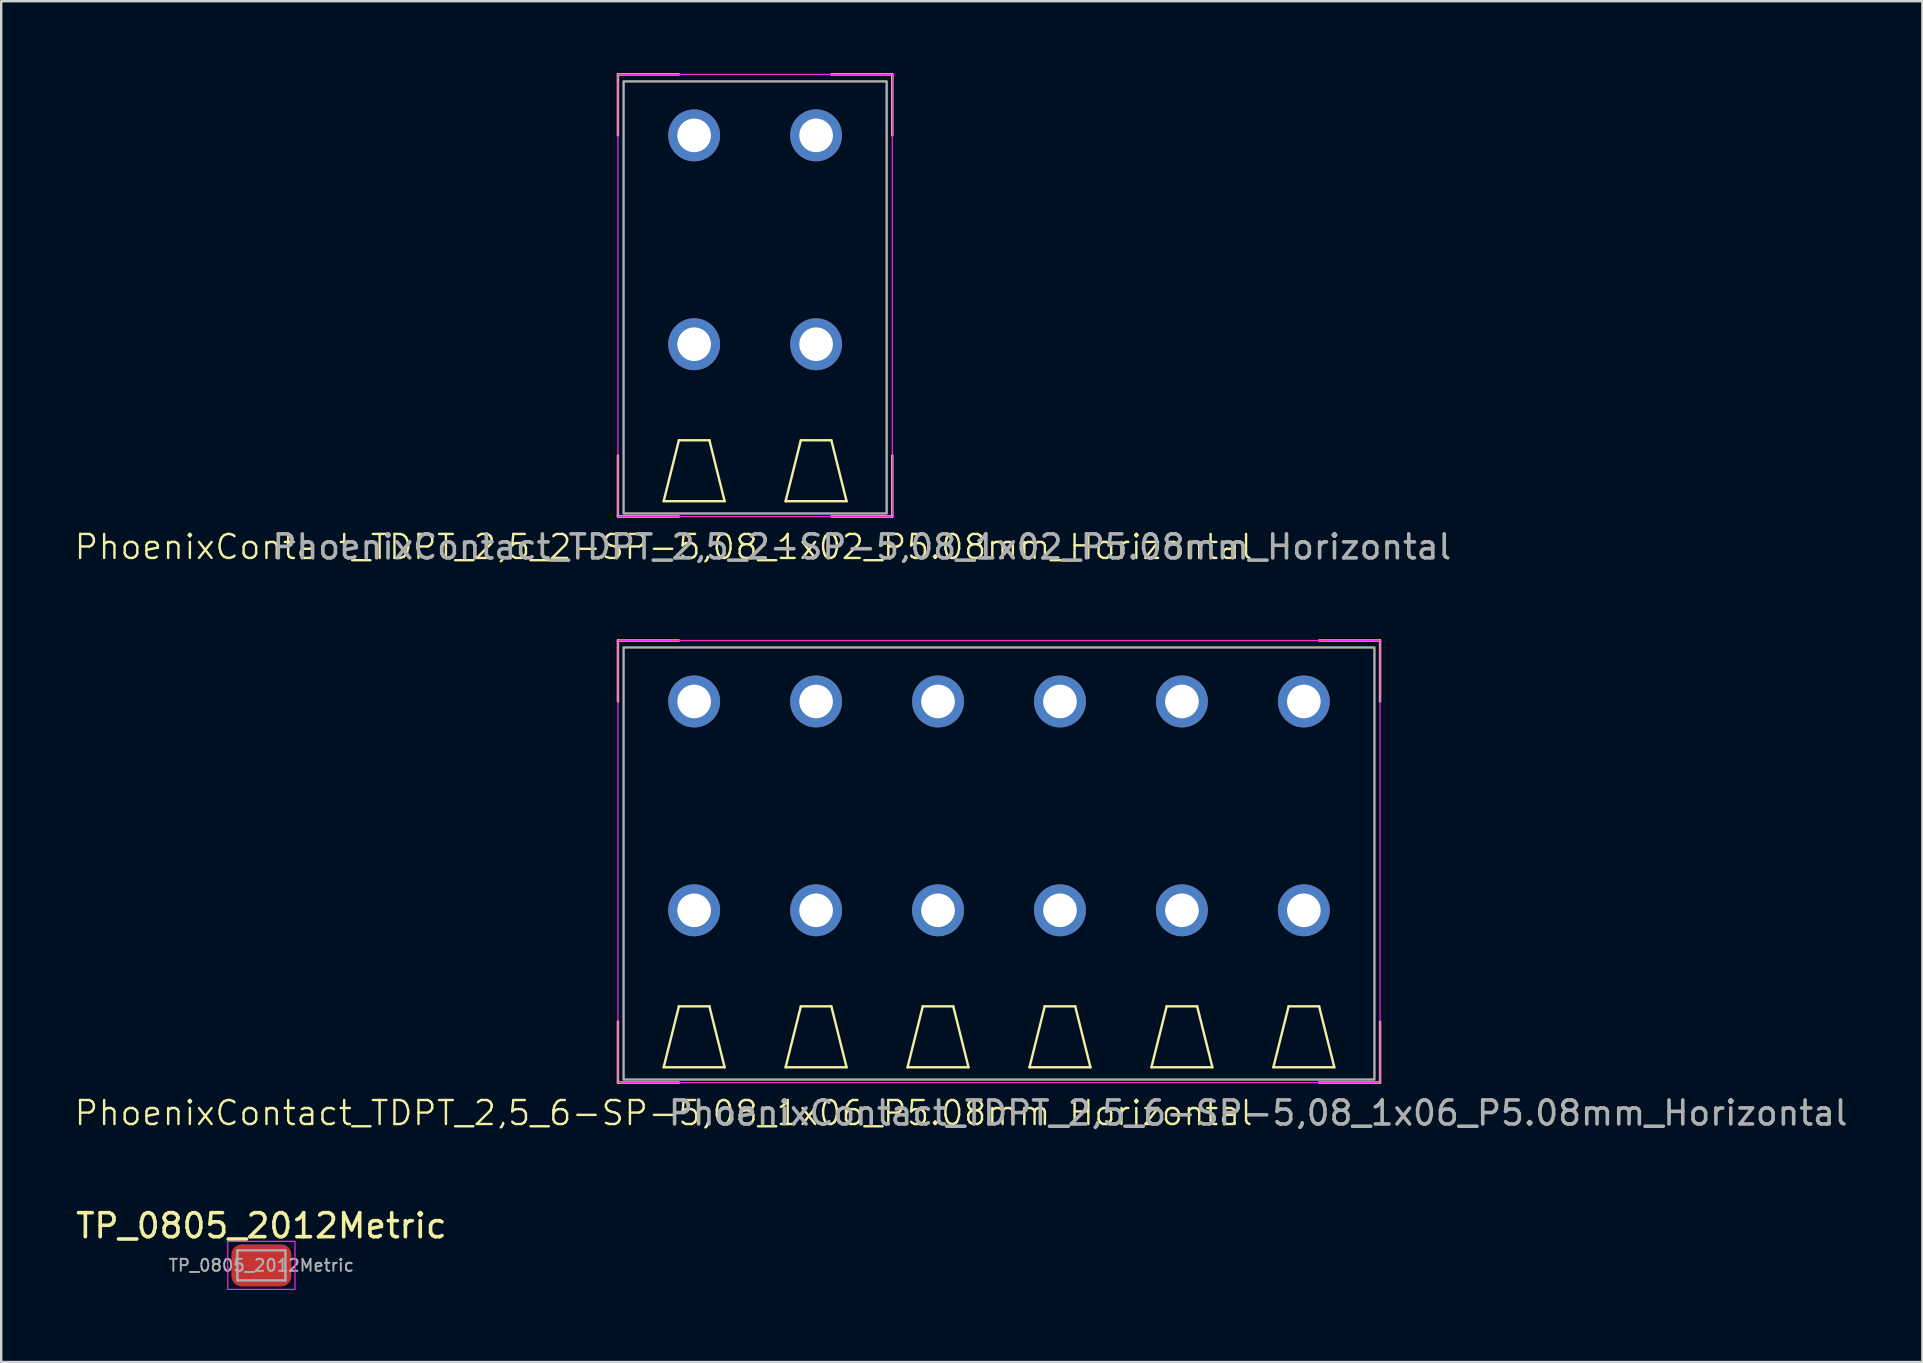
<source format=kicad_pcb>
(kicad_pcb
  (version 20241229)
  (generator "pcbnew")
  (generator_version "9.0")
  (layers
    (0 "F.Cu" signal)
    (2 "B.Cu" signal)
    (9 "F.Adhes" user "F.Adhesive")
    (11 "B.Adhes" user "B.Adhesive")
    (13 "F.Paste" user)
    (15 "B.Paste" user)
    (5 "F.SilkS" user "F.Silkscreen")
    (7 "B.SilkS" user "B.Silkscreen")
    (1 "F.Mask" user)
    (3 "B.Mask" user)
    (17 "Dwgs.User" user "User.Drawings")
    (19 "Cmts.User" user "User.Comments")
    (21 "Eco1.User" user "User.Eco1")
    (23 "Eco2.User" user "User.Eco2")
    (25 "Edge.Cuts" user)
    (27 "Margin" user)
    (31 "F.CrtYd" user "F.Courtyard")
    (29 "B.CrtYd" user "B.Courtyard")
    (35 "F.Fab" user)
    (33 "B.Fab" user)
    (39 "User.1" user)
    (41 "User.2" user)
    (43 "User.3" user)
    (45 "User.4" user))
  (footprint "TP_0805_2012Metric"
    (layer "F.Cu")
    (at 7.839 49.665)
    (property "Reference" "TP_0805_2012Metric" (at 0 -1.65 0) (layer "F.SilkS") (effects (font (size 1 1) (thickness 0.15))))
    (attr smd)
    (fp_rect (start -1.4 -1) (end 1.4 1) (stroke (width 0.05) (type default)) (fill no) (layer "F.CrtYd"))
    (fp_line (start -1 -0.625) (end 1 -0.625) (stroke (width 0.1) (type solid)) (layer "F.Fab"))
    (fp_line (start -1 0.625) (end -1 -0.625) (stroke (width 0.1) (type solid)) (layer "F.Fab"))
    (fp_line (start 1 -0.625) (end 1 0.625) (stroke (width 0.1) (type solid)) (layer "F.Fab"))
    (fp_line (start 1 0.625) (end -1 0.625) (stroke (width 0.1) (type solid)) (layer "F.Fab"))
    (fp_text user "${REFERENCE}" (at 0 0 0) (layer "F.Fab") (effects (font (size 0.5 0.5) (thickness 0.08))))
    (pad "1" smd roundrect (at 0 0) (size 2.5 1.75) (layers "F.Cu" "F.Mask" "F.Paste") (roundrect_rratio 0.244)))
  (footprint "PhoenixContact_TDPT_2,5_6-SP-5,08_1x06_P5.08mm_Horizontal"
    (layer "F.Cu")
    (at 25.868 26.173)
    (property "Reference" "PhoenixContact_TDPT_2,5_6-SP-5,08_1x06_P5.08mm_Horizontal" (at -1.27 17.145 0) (unlocked yes) (layer "F.SilkS") (effects (font (size 1 1) (thickness 0.1))))
    (attr through_hole)
    (fp_line (start -3.175 -2.54) (end -0.635 -2.54) (stroke (width 0.1) (type default)) (layer "F.SilkS"))
    (fp_line (start -3.175 0) (end -3.175 -2.54) (stroke (width 0.1) (type default)) (layer "F.SilkS"))
    (fp_line (start -3.175 13.335) (end -3.175 15.875) (stroke (width 0.1) (type default)) (layer "F.SilkS"))
    (fp_line (start -3.175 15.875) (end -0.635 15.875) (stroke (width 0.1) (type default)) (layer "F.SilkS"))
    (fp_line (start -1.27 15.24) (end -0.635 12.7) (stroke (width 0.1) (type default)) (layer "F.SilkS"))
    (fp_line (start -0.635 12.7) (end 0.635 12.7) (stroke (width 0.1) (type default)) (layer "F.SilkS"))
    (fp_line (start 0.635 12.7) (end 1.27 15.24) (stroke (width 0.1) (type default)) (layer "F.SilkS"))
    (fp_line (start 1.27 15.24) (end -1.27 15.24) (stroke (width 0.1) (type default)) (layer "F.SilkS"))
    (fp_line (start 3.81 15.24) (end 4.445 12.7) (stroke (width 0.1) (type default)) (layer "F.SilkS"))
    (fp_line (start 4.445 12.7) (end 5.715 12.7) (stroke (width 0.1) (type default)) (layer "F.SilkS"))
    (fp_line (start 5.715 12.7) (end 6.35 15.24) (stroke (width 0.1) (type default)) (layer "F.SilkS"))
    (fp_line (start 6.35 15.24) (end 3.81 15.24) (stroke (width 0.1) (type default)) (layer "F.SilkS"))
    (fp_line (start 8.89 15.24) (end 9.525 12.7) (stroke (width 0.1) (type default)) (layer "F.SilkS"))
    (fp_line (start 9.525 12.7) (end 10.795 12.7) (stroke (width 0.1) (type default)) (layer "F.SilkS"))
    (fp_line (start 10.795 12.7) (end 11.43 15.24) (stroke (width 0.1) (type default)) (layer "F.SilkS"))
    (fp_line (start 11.43 15.24) (end 8.89 15.24) (stroke (width 0.1) (type default)) (layer "F.SilkS"))
    (fp_line (start 13.97 15.24) (end 14.605 12.7) (stroke (width 0.1) (type default)) (layer "F.SilkS"))
    (fp_line (start 14.605 12.7) (end 15.875 12.7) (stroke (width 0.1) (type default)) (layer "F.SilkS"))
    (fp_line (start 15.875 12.7) (end 16.51 15.24) (stroke (width 0.1) (type default)) (layer "F.SilkS"))
    (fp_line (start 16.51 15.24) (end 13.97 15.24) (stroke (width 0.1) (type default)) (layer "F.SilkS"))
    (fp_line (start 19.05 15.24) (end 19.685 12.7) (stroke (width 0.1) (type default)) (layer "F.SilkS"))
    (fp_line (start 19.685 12.7) (end 20.955 12.7) (stroke (width 0.1) (type default)) (layer "F.SilkS"))
    (fp_line (start 20.955 12.7) (end 21.59 15.24) (stroke (width 0.1) (type default)) (layer "F.SilkS"))
    (fp_line (start 21.59 15.24) (end 19.05 15.24) (stroke (width 0.1) (type default)) (layer "F.SilkS"))
    (fp_line (start 24.13 15.24) (end 24.765 12.7) (stroke (width 0.1) (type default)) (layer "F.SilkS"))
    (fp_line (start 24.765 12.7) (end 26.035 12.7) (stroke (width 0.1) (type default)) (layer "F.SilkS"))
    (fp_line (start 26.035 -2.54) (end 28.575 -2.54) (stroke (width 0.1) (type default)) (layer "F.SilkS"))
    (fp_line (start 26.035 12.7) (end 26.67 15.24) (stroke (width 0.1) (type default)) (layer "F.SilkS"))
    (fp_line (start 26.035 15.875) (end 28.575 15.875) (stroke (width 0.1) (type default)) (layer "F.SilkS"))
    (fp_line (start 26.67 15.24) (end 24.13 15.24) (stroke (width 0.1) (type default)) (layer "F.SilkS"))
    (fp_line (start 28.575 -2.54) (end 28.575 0) (stroke (width 0.1) (type default)) (layer "F.SilkS"))
    (fp_line (start 28.575 15.875) (end 28.575 13.335) (stroke (width 0.1) (type default)) (layer "F.SilkS"))
    (fp_rect (start -3.175 -2.54) (end 28.575 15.875) (stroke (width 0.05) (type default)) (fill no) (layer "F.CrtYd"))
    (fp_rect (start -2.94 -2.25) (end 28.34 15.75) (stroke (width 0.1) (type default)) (fill no) (layer "F.Fab"))
    (fp_text user "${REFERENCE}" (at 23.495 17.145 0) (unlocked yes) (layer "F.Fab") (effects (font (size 1 1) (thickness 0.15))))
    (pad "1" thru_hole circle (at 0 0) (size 2.162 2.162) (drill 1.4) (layers "*.Cu" "*.Mask"))
    (pad "1" thru_hole circle (at 0 8.7) (size 2.162 2.162) (drill 1.4) (layers "*.Cu" "*.Mask"))
    (pad "2" thru_hole circle (at 5.08 0) (size 2.162 2.162) (drill 1.4) (layers "*.Cu" "*.Mask"))
    (pad "2" thru_hole circle (at 5.08 8.7) (size 2.162 2.162) (drill 1.4) (layers "*.Cu" "*.Mask"))
    (pad "3" thru_hole circle (at 10.16 0) (size 2.162 2.162) (drill 1.4) (layers "*.Cu" "*.Mask"))
    (pad "3" thru_hole circle (at 10.16 8.7) (size 2.162 2.162) (drill 1.4) (layers "*.Cu" "*.Mask"))
    (pad "4" thru_hole circle (at 15.24 0) (size 2.162 2.162) (drill 1.4) (layers "*.Cu" "*.Mask"))
    (pad "4" thru_hole circle (at 15.24 8.7) (size 2.162 2.162) (drill 1.4) (layers "*.Cu" "*.Mask"))
    (pad "5" thru_hole circle (at 20.32 0) (size 2.162 2.162) (drill 1.4) (layers "*.Cu" "*.Mask"))
    (pad "5" thru_hole circle (at 20.32 8.7) (size 2.162 2.162) (drill 1.4) (layers "*.Cu" "*.Mask"))
    (pad "6" thru_hole circle (at 25.4 0) (size 2.162 2.162) (drill 1.4) (layers "*.Cu" "*.Mask"))
    (pad "6" thru_hole circle (at 25.4 8.7) (size 2.162 2.162) (drill 1.4) (layers "*.Cu" "*.Mask")))
  (footprint "PhoenixContact_TDPT_2,5_2-SP-5,08_1x02_P5.08mm_Horizontal"
    (layer "F.Cu")
    (at 25.868 2.59)
    (property "Reference" "PhoenixContact_TDPT_2,5_2-SP-5,08_1x02_P5.08mm_Horizontal" (at -1.27 17.145 0) (unlocked yes) (layer "F.SilkS") (effects (font (size 1 1) (thickness 0.1))))
    (attr through_hole)
    (fp_line (start -3.175 -2.54) (end -0.635 -2.54) (stroke (width 0.1) (type default)) (layer "F.SilkS"))
    (fp_line (start -3.175 0) (end -3.175 -2.54) (stroke (width 0.1) (type default)) (layer "F.SilkS"))
    (fp_line (start -3.175 13.335) (end -3.175 15.875) (stroke (width 0.1) (type default)) (layer "F.SilkS"))
    (fp_line (start -3.175 15.875) (end -0.635 15.875) (stroke (width 0.1) (type default)) (layer "F.SilkS"))
    (fp_line (start -1.27 15.24) (end -0.635 12.7) (stroke (width 0.1) (type default)) (layer "F.SilkS"))
    (fp_line (start -0.635 12.7) (end 0.635 12.7) (stroke (width 0.1) (type default)) (layer "F.SilkS"))
    (fp_line (start 0.635 12.7) (end 1.27 15.24) (stroke (width 0.1) (type default)) (layer "F.SilkS"))
    (fp_line (start 1.27 15.24) (end -1.27 15.24) (stroke (width 0.1) (type default)) (layer "F.SilkS"))
    (fp_line (start 3.81 15.24) (end 4.445 12.7) (stroke (width 0.1) (type default)) (layer "F.SilkS"))
    (fp_line (start 4.445 12.7) (end 5.715 12.7) (stroke (width 0.1) (type default)) (layer "F.SilkS"))
    (fp_line (start 5.715 -2.54) (end 8.255 -2.54) (stroke (width 0.1) (type default)) (layer "F.SilkS"))
    (fp_line (start 5.715 12.7) (end 6.35 15.24) (stroke (width 0.1) (type default)) (layer "F.SilkS"))
    (fp_line (start 5.715 15.875) (end 8.255 15.875) (stroke (width 0.1) (type default)) (layer "F.SilkS"))
    (fp_line (start 6.35 15.24) (end 3.81 15.24) (stroke (width 0.1) (type default)) (layer "F.SilkS"))
    (fp_line (start 8.255 -2.54) (end 8.255 0) (stroke (width 0.1) (type default)) (layer "F.SilkS"))
    (fp_line (start 8.255 15.875) (end 8.255 13.335) (stroke (width 0.1) (type default)) (layer "F.SilkS"))
    (fp_rect (start -3.175 -2.54) (end 8.255 15.875) (stroke (width 0.05) (type default)) (fill no) (layer "F.CrtYd"))
    (fp_rect (start -2.94 -2.25) (end 8.02 15.75) (stroke (width 0.1) (type default)) (fill no) (layer "F.Fab"))
    (fp_text user "${REFERENCE}" (at 6.985 17.145 0) (unlocked yes) (layer "F.Fab") (effects (font (size 1 1) (thickness 0.15))))
    (pad "1" thru_hole circle (at 0 0) (size 2.162 2.162) (drill 1.4) (layers "*.Cu" "*.Mask"))
    (pad "1" thru_hole circle (at 0 8.7) (size 2.162 2.162) (drill 1.4) (layers "*.Cu" "*.Mask"))
    (pad "2" thru_hole circle (at 5.08 0) (size 2.162 2.162) (drill 1.4) (layers "*.Cu" "*.Mask"))
    (pad "2" thru_hole circle (at 5.08 8.7) (size 2.162 2.162) (drill 1.4) (layers "*.Cu" "*.Mask")))
  (gr_rect
    (start -3 -3)
    (end 77.035 53.69)
    (stroke (width 0.1) (type default))
    (fill no)
    (layer "Edge.Cuts")))
</source>
